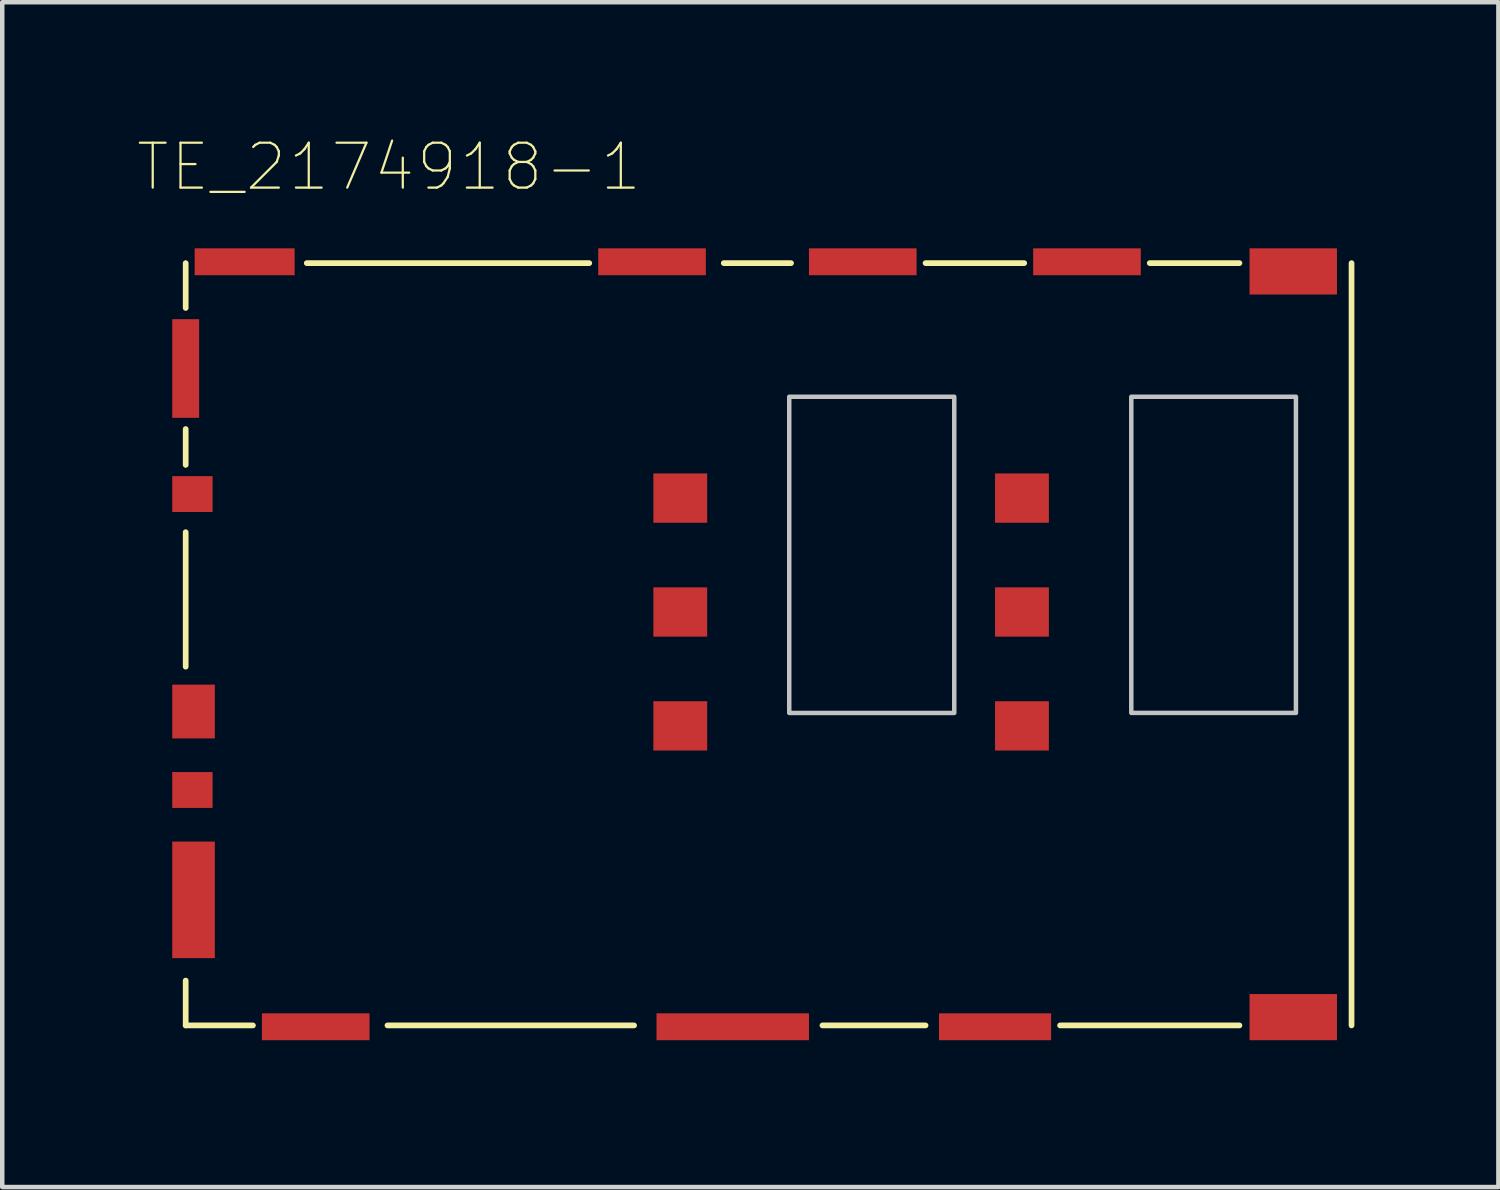
<source format=kicad_pcb>
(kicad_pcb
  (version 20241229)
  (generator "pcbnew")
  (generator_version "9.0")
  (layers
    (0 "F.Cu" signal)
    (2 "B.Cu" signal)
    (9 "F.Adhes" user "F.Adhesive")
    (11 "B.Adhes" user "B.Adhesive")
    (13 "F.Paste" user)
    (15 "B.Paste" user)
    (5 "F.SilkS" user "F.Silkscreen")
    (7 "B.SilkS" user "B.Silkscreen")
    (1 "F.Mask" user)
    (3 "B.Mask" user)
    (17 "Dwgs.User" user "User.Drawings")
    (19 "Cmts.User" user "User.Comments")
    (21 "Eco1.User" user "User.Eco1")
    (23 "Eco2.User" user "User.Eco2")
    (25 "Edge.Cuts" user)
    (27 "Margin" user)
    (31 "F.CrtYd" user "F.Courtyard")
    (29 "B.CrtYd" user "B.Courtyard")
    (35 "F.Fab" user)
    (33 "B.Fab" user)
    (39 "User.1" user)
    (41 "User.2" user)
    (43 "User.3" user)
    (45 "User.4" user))
  (footprint "TE_2174918-1"
    (layer "F.Cu")
    (at 14.091 11.318)
    (property "Reference" "TE_2174918-1" (at -8.468 -10.645 0) (layer "F.SilkS") (effects (font (size 1.001 1.001) (thickness 0.05))))
    (attr smd)
    (fp_line (start -13 -8.5) (end -13 -7.5) (stroke (width 0.127) (type solid)) (layer "F.SilkS"))
    (fp_line (start -13 -4.8) (end -13 -4) (stroke (width 0.127) (type solid)) (layer "F.SilkS"))
    (fp_line (start -13 0.5) (end -13 -2.5) (stroke (width 0.127) (type solid)) (layer "F.SilkS"))
    (fp_line (start -13 8.5) (end -13 7.5) (stroke (width 0.127) (type solid)) (layer "F.SilkS"))
    (fp_line (start -11.5 8.5) (end -13 8.5) (stroke (width 0.127) (type solid)) (layer "F.SilkS"))
    (fp_line (start -10.3 -8.5) (end -4 -8.5) (stroke (width 0.127) (type solid)) (layer "F.SilkS"))
    (fp_line (start -3 8.5) (end -8.5 8.5) (stroke (width 0.127) (type solid)) (layer "F.SilkS"))
    (fp_line (start -1 -8.5) (end 0.5 -8.5) (stroke (width 0.127) (type solid)) (layer "F.SilkS"))
    (fp_line (start 3.5 -8.5) (end 5.7 -8.5) (stroke (width 0.127) (type solid)) (layer "F.SilkS"))
    (fp_line (start 3.5 8.5) (end 1.2 8.5) (stroke (width 0.127) (type solid)) (layer "F.SilkS"))
    (fp_line (start 8.5 -8.5) (end 10.5 -8.5) (stroke (width 0.127) (type solid)) (layer "F.SilkS"))
    (fp_line (start 10.5 8.5) (end 6.5 8.5) (stroke (width 0.127) (type solid)) (layer "F.SilkS"))
    (fp_line (start 13 -8.5) (end 13 8.5) (stroke (width 0.127) (type solid)) (layer "F.SilkS"))
    (fp_poly (pts (xy 0.46 -5.52) (xy 4.14 -5.52) (xy 4.14 1.532) (xy 0.46 1.532)) (stroke (width 0.1) (type solid)) (fill no) (layer "Dwgs.User"))
    (fp_poly (pts (xy 8.088 -5.52) (xy 11.76 -5.52) (xy 11.76 1.531) (xy 8.088 1.531)) (stroke (width 0.1) (type solid)) (fill no) (layer "Dwgs.User"))
    (fp_line (start -13.55 -9.08) (end -13.55 9.08) (stroke (width 0.05) (type solid)) (layer "Eco1.User"))
    (fp_line (start -13.55 9.08) (end 13.25 9.08) (stroke (width 0.05) (type solid)) (layer "Eco1.User"))
    (fp_line (start 13.25 -9.08) (end -13.55 -9.08) (stroke (width 0.05) (type solid)) (layer "Eco1.User"))
    (fp_line (start 13.25 9.08) (end 13.25 -9.08) (stroke (width 0.05) (type solid)) (layer "Eco1.User"))
    (fp_line (start -13 -8.5) (end -13 8.5) (stroke (width 0.127) (type solid)) (layer "Eco2.User"))
    (fp_line (start -13 8.5) (end 13 8.5) (stroke (width 0.127) (type solid)) (layer "Eco2.User"))
    (fp_line (start 13 -8.5) (end -13 -8.5) (stroke (width 0.127) (type solid)) (layer "Eco2.User"))
    (fp_line (start 13 8.5) (end 13 -8.5) (stroke (width 0.127) (type solid)) (layer "Eco2.User"))
    (pad "1" smd rect (at 11.7 -8.315) (size 1.95 1.03) (layers "F.Cu" "F.Mask" "F.Paste"))
    (pad "2" smd rect (at 7.1 -8.53) (size 2.4 0.6) (layers "F.Cu" "F.Mask" "F.Paste"))
    (pad "3" smd rect (at 2.1 -8.53) (size 2.4 0.6) (layers "F.Cu" "F.Mask" "F.Paste"))
    (pad "4" smd rect (at -2.6 -8.53) (size 2.4 0.6) (layers "F.Cu" "F.Mask" "F.Paste"))
    (pad "5" smd rect (at -11.685 -8.53) (size 2.23 0.6) (layers "F.Cu" "F.Mask" "F.Paste"))
    (pad "6" smd rect (at -13 -6.15) (size 0.6 2.2) (layers "F.Cu" "F.Mask" "F.Paste"))
    (pad "7" smd rect (at -12.85 -3.35) (size 0.9 0.8) (layers "F.Cu" "F.Mask" "F.Paste"))
    (pad "8" smd rect (at -12.825 1.5) (size 0.95 1.2) (layers "F.Cu" "F.Mask" "F.Paste"))
    (pad "9" smd rect (at -12.825 5.7) (size 0.95 2.6) (layers "F.Cu" "F.Mask" "F.Paste"))
    (pad "10" smd rect (at -10.1 8.53) (size 2.4 0.6) (layers "F.Cu" "F.Mask" "F.Paste"))
    (pad "11" smd rect (at -0.8 8.53) (size 3.4 0.6) (layers "F.Cu" "F.Mask" "F.Paste"))
    (pad "12" smd rect (at 5.05 8.53) (size 2.5 0.6) (layers "F.Cu" "F.Mask" "F.Paste"))
    (pad "13" smd rect (at 11.7 8.315) (size 1.95 1.03) (layers "F.Cu" "F.Mask" "F.Paste"))
    (pad "C1" smd rect (at 5.65 -3.26) (size 1.2 1.1) (layers "F.Cu" "F.Mask" "F.Paste"))
    (pad "C2" smd rect (at 5.65 -0.72) (size 1.2 1.1) (layers "F.Cu" "F.Mask" "F.Paste"))
    (pad "C3" smd rect (at 5.65 1.82) (size 1.2 1.1) (layers "F.Cu" "F.Mask" "F.Paste"))
    (pad "C5" smd rect (at -1.97 -3.26) (size 1.2 1.1) (layers "F.Cu" "F.Mask" "F.Paste"))
    (pad "C6" smd rect (at -1.97 -0.72) (size 1.2 1.1) (layers "F.Cu" "F.Mask" "F.Paste"))
    (pad "C7" smd rect (at -1.97 1.82) (size 1.2 1.1) (layers "F.Cu" "F.Mask" "F.Paste"))
    (pad "SW1" smd rect (at -12.85 3.25) (size 0.9 0.8) (layers "F.Cu" "F.Mask" "F.Paste")))
  (gr_rect
    (start -3 -3)
    (end 30.366 23.423)
    (stroke (width 0.1) (type default))
    (fill no)
    (layer "Edge.Cuts")))
</source>
